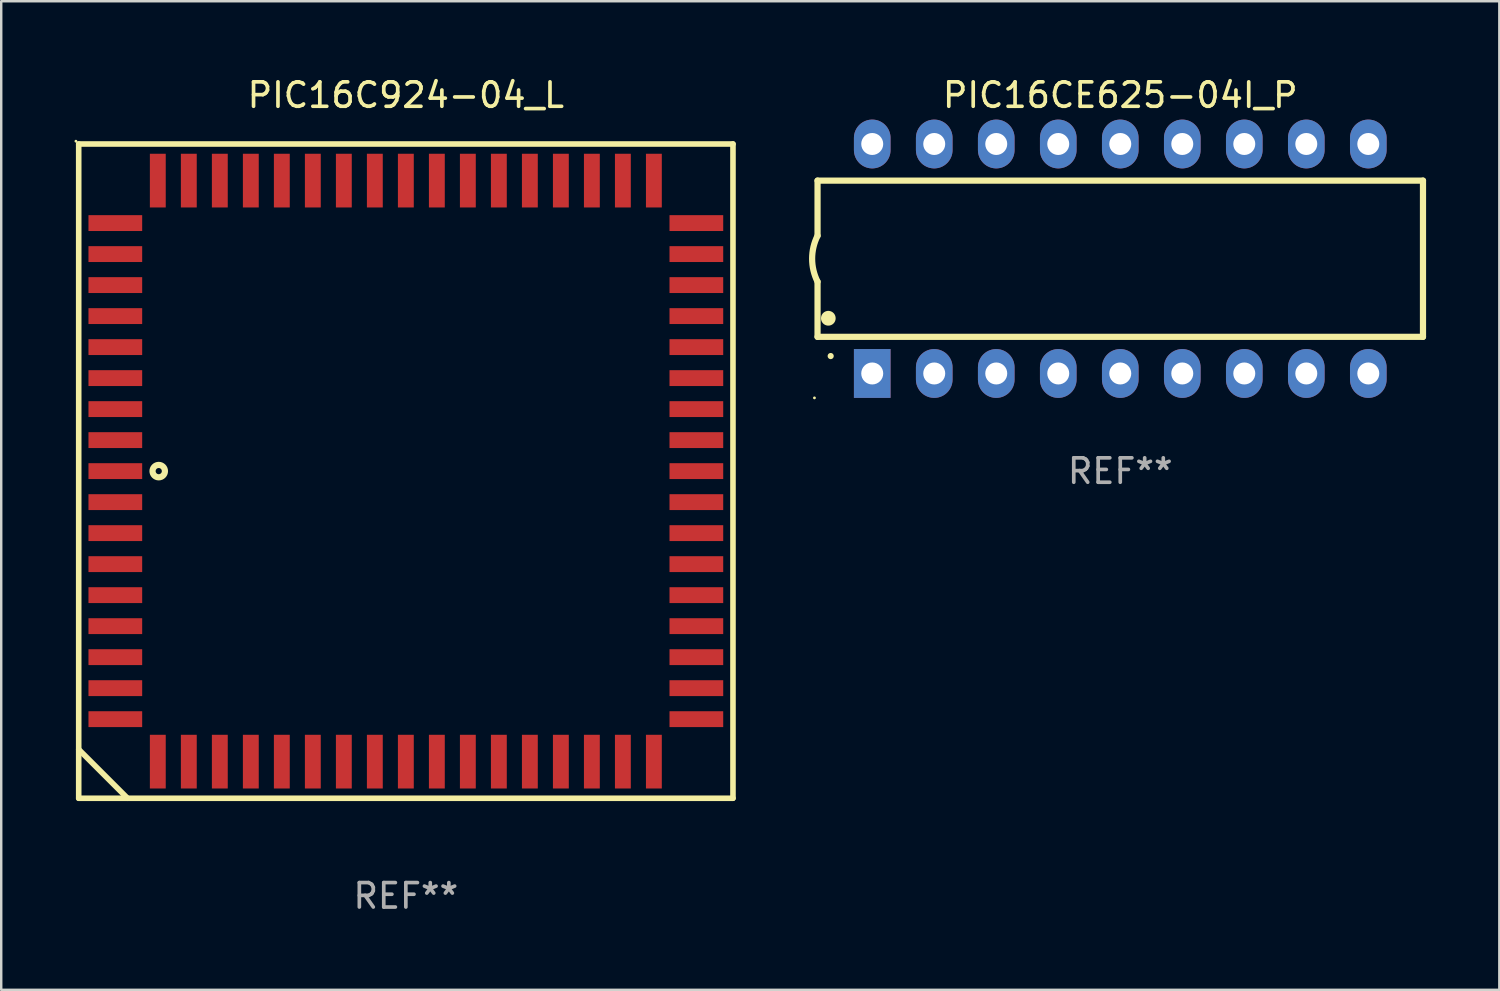
<source format=kicad_pcb>
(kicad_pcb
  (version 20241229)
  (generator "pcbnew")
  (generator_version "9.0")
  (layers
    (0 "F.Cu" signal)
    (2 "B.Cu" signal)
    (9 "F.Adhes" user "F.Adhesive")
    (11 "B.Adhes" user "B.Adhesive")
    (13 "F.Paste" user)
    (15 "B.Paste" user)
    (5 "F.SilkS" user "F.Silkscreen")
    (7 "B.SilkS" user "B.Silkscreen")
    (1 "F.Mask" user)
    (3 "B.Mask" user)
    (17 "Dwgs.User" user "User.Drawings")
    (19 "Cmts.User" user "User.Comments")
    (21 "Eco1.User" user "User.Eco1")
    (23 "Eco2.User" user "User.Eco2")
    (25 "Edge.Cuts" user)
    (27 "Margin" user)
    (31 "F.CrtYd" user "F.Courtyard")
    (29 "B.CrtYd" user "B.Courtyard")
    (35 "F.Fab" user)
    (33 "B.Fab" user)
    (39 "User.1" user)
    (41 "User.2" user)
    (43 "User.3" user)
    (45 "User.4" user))
  (footprint "PIC16CE625-04I_P"
    (layer "F.Cu")
    (at 42.838 7.548)
    (property "Reference" "PIC16CE625-04I_P" (at 0 -6.7 0) (layer "F.SilkS") (effects (font (size 1 1) (thickness 0.15))))
    (attr through_hole)
    (fp_line (start -12.4 -3.2) (end -12.4 -0.94) (stroke (width 0.254) (type solid)) (layer "F.SilkS"))
    (fp_line (start -12.4 -3.2) (end 12.4 -3.2) (stroke (width 0.254) (type solid)) (layer "F.SilkS"))
    (fp_line (start -12.4 3.2) (end -12.4 0.94) (stroke (width 0.254) (type solid)) (layer "F.SilkS"))
    (fp_line (start -12.4 3.2) (end 12.4 3.2) (stroke (width 0.254) (type solid)) (layer "F.SilkS"))
    (fp_line (start 12.4 -3.2) (end 12.4 3.2) (stroke (width 0.254) (type solid)) (layer "F.SilkS"))
    (fp_arc (start -12.400305 0.938531) (mid -12.621952 -0.000821) (end -12.400025 -0.940107) (stroke (width 0.254001) (type solid)) (layer "F.SilkS"))
    (fp_arc (start -11.958623 2.440843) (mid -11.958634 2.438303) (end -11.958623 2.435763) (stroke (width 0.6) (type solid)) (layer "F.SilkS"))
    (fp_arc (start -11.861824 3.987706) (mid -11.861831 3.986436) (end -11.861824 3.985166) (stroke (width 0.25) (type solid)) (layer "F.SilkS"))
    (fp_circle (center -12.527 5.7) (end -12.497 5.7) (stroke (width 0.06) (type solid)) (fill no) (layer "F.SilkS"))
    (fp_text user "REF**" (at 0 8.7 0) (layer "F.Fab") (effects (font (size 1 1) (thickness 0.15))))
    (pad "1" thru_hole rect (at -10.16 4.7 90) (size 2 1.5) (drill 0.9) (layers "*.Cu" "*.Mask"))
    (pad "2" thru_hole oval (at -7.62 4.7 90) (size 2 1.5) (drill 0.9) (layers "*.Cu" "*.Mask"))
    (pad "3" thru_hole oval (at -5.08 4.7 90) (size 2 1.5) (drill 0.9) (layers "*.Cu" "*.Mask"))
    (pad "4" thru_hole oval (at -2.54 4.7 90) (size 2 1.5) (drill 0.9) (layers "*.Cu" "*.Mask"))
    (pad "5" thru_hole oval (at 0 4.7 90) (size 2 1.5) (drill 0.9) (layers "*.Cu" "*.Mask"))
    (pad "6" thru_hole oval (at 2.54 4.7 90) (size 2 1.5) (drill 0.9) (layers "*.Cu" "*.Mask"))
    (pad "7" thru_hole oval (at 5.08 4.7 90) (size 2 1.5) (drill 0.9) (layers "*.Cu" "*.Mask"))
    (pad "8" thru_hole oval (at 7.62 4.7 90) (size 2 1.5) (drill 0.9) (layers "*.Cu" "*.Mask"))
    (pad "9" thru_hole oval (at 10.16 4.7 90) (size 2 1.5) (drill 0.9) (layers "*.Cu" "*.Mask"))
    (pad "10" thru_hole oval (at 10.16 -4.7 90) (size 2 1.5) (drill 0.9) (layers "*.Cu" "*.Mask"))
    (pad "11" thru_hole oval (at 7.62 -4.7 90) (size 2 1.5) (drill 0.9) (layers "*.Cu" "*.Mask"))
    (pad "12" thru_hole oval (at 5.08 -4.7 90) (size 2 1.5) (drill 0.9) (layers "*.Cu" "*.Mask"))
    (pad "13" thru_hole oval (at 2.54 -4.7 90) (size 2 1.5) (drill 0.9) (layers "*.Cu" "*.Mask"))
    (pad "14" thru_hole oval (at 0 -4.7 90) (size 2 1.5) (drill 0.9) (layers "*.Cu" "*.Mask"))
    (pad "15" thru_hole oval (at -2.54 -4.7 90) (size 2 1.5) (drill 0.9) (layers "*.Cu" "*.Mask"))
    (pad "16" thru_hole oval (at -5.08 -4.7 90) (size 2 1.5) (drill 0.9) (layers "*.Cu" "*.Mask"))
    (pad "17" thru_hole oval (at -7.62 -4.7 90) (size 2 1.5) (drill 0.9) (layers "*.Cu" "*.Mask"))
    (pad "18" thru_hole oval (at -10.16 -4.7 90) (size 2 1.5) (drill 0.9) (layers "*.Cu" "*.Mask")))
  (footprint "PIC16C924-04_L"
    (layer "F.Cu")
    (at 13.574 16.248)
    (property "Reference" "PIC16C924-04_L" (at 0 -15.4 0) (layer "F.SilkS") (effects (font (size 1 1) (thickness 0.15))))
    (attr through_hole)
    (fp_line (start -13.4 -13.4) (end -13.4 13.4) (stroke (width 0.229) (type solid)) (layer "F.SilkS"))
    (fp_line (start -13.4 11.4) (end -11.4 13.4) (stroke (width 0.229) (type solid)) (layer "F.SilkS"))
    (fp_line (start -13.4 13.4) (end 13.4 13.4) (stroke (width 0.229) (type solid)) (layer "F.SilkS"))
    (fp_line (start 13.4 -13.4) (end -13.4 -13.4) (stroke (width 0.229) (type solid)) (layer "F.SilkS"))
    (fp_line (start 13.4 13.4) (end 13.4 -13.4) (stroke (width 0.229) (type solid)) (layer "F.SilkS"))
    (fp_circle (center -13.514 -13.514) (end -13.484 -13.514) (stroke (width 0.06) (type solid)) (fill no) (layer "F.SilkS"))
    (fp_circle (center -10.122 -0.000076) (end -9.868 -0.000076) (stroke (width 0.254) (type solid)) (fill no) (layer "F.SilkS"))
    (fp_text user "REF**" (at 0 17.4 0) (layer "F.Fab") (effects (font (size 1 1) (thickness 0.15))))
    (pad "1" smd rect (at -11.9 -0.000076 270) (size 0.65 2.2) (layers "F.Cu" "F.Mask" "F.Paste"))
    (pad "2" smd rect (at -11.9 1.27 270) (size 0.65 2.2) (layers "F.Cu" "F.Mask" "F.Paste"))
    (pad "3" smd rect (at -11.9 2.54 270) (size 0.65 2.2) (layers "F.Cu" "F.Mask" "F.Paste"))
    (pad "4" smd rect (at -11.9 3.81 270) (size 0.65 2.2) (layers "F.Cu" "F.Mask" "F.Paste"))
    (pad "5" smd rect (at -11.9 5.08 270) (size 0.65 2.2) (layers "F.Cu" "F.Mask" "F.Paste"))
    (pad "6" smd rect (at -11.9 6.35 270) (size 0.65 2.2) (layers "F.Cu" "F.Mask" "F.Paste"))
    (pad "7" smd rect (at -11.9 7.62 270) (size 0.65 2.2) (layers "F.Cu" "F.Mask" "F.Paste"))
    (pad "8" smd rect (at -11.9 8.89 270) (size 0.65 2.2) (layers "F.Cu" "F.Mask" "F.Paste"))
    (pad "9" smd rect (at -11.9 10.16 270) (size 0.65 2.2) (layers "F.Cu" "F.Mask" "F.Paste"))
    (pad "10" smd rect (at -10.16 11.9 270) (size 2.2 0.65) (layers "F.Cu" "F.Mask" "F.Paste"))
    (pad "11" smd rect (at -8.89 11.9 270) (size 2.2 0.65) (layers "F.Cu" "F.Mask" "F.Paste"))
    (pad "12" smd rect (at -7.62 11.9 270) (size 2.2 0.65) (layers "F.Cu" "F.Mask" "F.Paste"))
    (pad "13" smd rect (at -6.35 11.9 270) (size 2.2 0.65) (layers "F.Cu" "F.Mask" "F.Paste"))
    (pad "14" smd rect (at -5.08 11.9 270) (size 2.2 0.65) (layers "F.Cu" "F.Mask" "F.Paste"))
    (pad "15" smd rect (at -3.81 11.9 270) (size 2.2 0.65) (layers "F.Cu" "F.Mask" "F.Paste"))
    (pad "16" smd rect (at -2.54 11.9 270) (size 2.2 0.65) (layers "F.Cu" "F.Mask" "F.Paste"))
    (pad "17" smd rect (at -1.27 11.9 270) (size 2.2 0.65) (layers "F.Cu" "F.Mask" "F.Paste"))
    (pad "18" smd rect (at 0 11.9 270) (size 2.2 0.65) (layers "F.Cu" "F.Mask" "F.Paste"))
    (pad "19" smd rect (at 1.27 11.9 270) (size 2.2 0.65) (layers "F.Cu" "F.Mask" "F.Paste"))
    (pad "20" smd rect (at 2.54 11.9 270) (size 2.2 0.65) (layers "F.Cu" "F.Mask" "F.Paste"))
    (pad "21" smd rect (at 3.81 11.9 270) (size 2.2 0.65) (layers "F.Cu" "F.Mask" "F.Paste"))
    (pad "22" smd rect (at 5.08 11.9 270) (size 2.2 0.65) (layers "F.Cu" "F.Mask" "F.Paste"))
    (pad "23" smd rect (at 6.35 11.9 270) (size 2.2 0.65) (layers "F.Cu" "F.Mask" "F.Paste"))
    (pad "24" smd rect (at 7.62 11.9 270) (size 2.2 0.65) (layers "F.Cu" "F.Mask" "F.Paste"))
    (pad "25" smd rect (at 8.89 11.9 270) (size 2.2 0.65) (layers "F.Cu" "F.Mask" "F.Paste"))
    (pad "26" smd rect (at 10.16 11.9 270) (size 2.2 0.65) (layers "F.Cu" "F.Mask" "F.Paste"))
    (pad "27" smd rect (at 11.9 10.16 270) (size 0.65 2.2) (layers "F.Cu" "F.Mask" "F.Paste"))
    (pad "28" smd rect (at 11.9 8.89 270) (size 0.65 2.2) (layers "F.Cu" "F.Mask" "F.Paste"))
    (pad "29" smd rect (at 11.9 7.62 270) (size 0.65 2.2) (layers "F.Cu" "F.Mask" "F.Paste"))
    (pad "30" smd rect (at 11.9 6.35 270) (size 0.65 2.2) (layers "F.Cu" "F.Mask" "F.Paste"))
    (pad "31" smd rect (at 11.9 5.08 270) (size 0.65 2.2) (layers "F.Cu" "F.Mask" "F.Paste"))
    (pad "32" smd rect (at 11.9 3.81 270) (size 0.65 2.2) (layers "F.Cu" "F.Mask" "F.Paste"))
    (pad "33" smd rect (at 11.9 2.54 270) (size 0.65 2.2) (layers "F.Cu" "F.Mask" "F.Paste"))
    (pad "34" smd rect (at 11.9 1.27 270) (size 0.65 2.2) (layers "F.Cu" "F.Mask" "F.Paste"))
    (pad "35" smd rect (at 11.9 -0.000076 270) (size 0.65 2.2) (layers "F.Cu" "F.Mask" "F.Paste"))
    (pad "36" smd rect (at 11.9 -1.27 270) (size 0.65 2.2) (layers "F.Cu" "F.Mask" "F.Paste"))
    (pad "37" smd rect (at 11.9 -2.54 270) (size 0.65 2.2) (layers "F.Cu" "F.Mask" "F.Paste"))
    (pad "38" smd rect (at 11.9 -3.81 270) (size 0.65 2.2) (layers "F.Cu" "F.Mask" "F.Paste"))
    (pad "39" smd rect (at 11.9 -5.08 270) (size 0.65 2.2) (layers "F.Cu" "F.Mask" "F.Paste"))
    (pad "40" smd rect (at 11.9 -6.35 270) (size 0.65 2.2) (layers "F.Cu" "F.Mask" "F.Paste"))
    (pad "41" smd rect (at 11.9 -7.62 270) (size 0.65 2.2) (layers "F.Cu" "F.Mask" "F.Paste"))
    (pad "42" smd rect (at 11.9 -8.89 270) (size 0.65 2.2) (layers "F.Cu" "F.Mask" "F.Paste"))
    (pad "43" smd rect (at 11.9 -10.16 270) (size 0.65 2.2) (layers "F.Cu" "F.Mask" "F.Paste"))
    (pad "44" smd rect (at 10.16 -11.9 270) (size 2.2 0.65) (layers "F.Cu" "F.Mask" "F.Paste"))
    (pad "45" smd rect (at 8.89 -11.9 270) (size 2.2 0.65) (layers "F.Cu" "F.Mask" "F.Paste"))
    (pad "46" smd rect (at 7.62 -11.9 270) (size 2.2 0.65) (layers "F.Cu" "F.Mask" "F.Paste"))
    (pad "47" smd rect (at 6.35 -11.9 270) (size 2.2 0.65) (layers "F.Cu" "F.Mask" "F.Paste"))
    (pad "48" smd rect (at 5.08 -11.9 270) (size 2.2 0.65) (layers "F.Cu" "F.Mask" "F.Paste"))
    (pad "49" smd rect (at 3.81 -11.9 270) (size 2.2 0.65) (layers "F.Cu" "F.Mask" "F.Paste"))
    (pad "50" smd rect (at 2.54 -11.9 270) (size 2.2 0.65) (layers "F.Cu" "F.Mask" "F.Paste"))
    (pad "51" smd rect (at 1.27 -11.9 270) (size 2.2 0.65) (layers "F.Cu" "F.Mask" "F.Paste"))
    (pad "52" smd rect (at 0 -11.9 270) (size 2.2 0.65) (layers "F.Cu" "F.Mask" "F.Paste"))
    (pad "53" smd rect (at -1.27 -11.9 270) (size 2.2 0.65) (layers "F.Cu" "F.Mask" "F.Paste"))
    (pad "54" smd rect (at -2.54 -11.9 270) (size 2.2 0.65) (layers "F.Cu" "F.Mask" "F.Paste"))
    (pad "55" smd rect (at -3.81 -11.9 270) (size 2.2 0.65) (layers "F.Cu" "F.Mask" "F.Paste"))
    (pad "56" smd rect (at -5.08 -11.9 270) (size 2.2 0.65) (layers "F.Cu" "F.Mask" "F.Paste"))
    (pad "57" smd rect (at -6.35 -11.9 270) (size 2.2 0.65) (layers "F.Cu" "F.Mask" "F.Paste"))
    (pad "58" smd rect (at -7.62 -11.9 270) (size 2.2 0.65) (layers "F.Cu" "F.Mask" "F.Paste"))
    (pad "59" smd rect (at -8.89 -11.9 270) (size 2.2 0.65) (layers "F.Cu" "F.Mask" "F.Paste"))
    (pad "60" smd rect (at -10.16 -11.9 270) (size 2.2 0.65) (layers "F.Cu" "F.Mask" "F.Paste"))
    (pad "61" smd rect (at -11.9 -10.16 270) (size 0.65 2.2) (layers "F.Cu" "F.Mask" "F.Paste"))
    (pad "62" smd rect (at -11.9 -8.89 270) (size 0.65 2.2) (layers "F.Cu" "F.Mask" "F.Paste"))
    (pad "63" smd rect (at -11.9 -7.62 270) (size 0.65 2.2) (layers "F.Cu" "F.Mask" "F.Paste"))
    (pad "64" smd rect (at -11.9 -6.35 270) (size 0.65 2.2) (layers "F.Cu" "F.Mask" "F.Paste"))
    (pad "65" smd rect (at -11.9 -5.08 270) (size 0.65 2.2) (layers "F.Cu" "F.Mask" "F.Paste"))
    (pad "66" smd rect (at -11.9 -3.81 270) (size 0.65 2.2) (layers "F.Cu" "F.Mask" "F.Paste"))
    (pad "67" smd rect (at -11.9 -2.54 270) (size 0.65 2.2) (layers "F.Cu" "F.Mask" "F.Paste"))
    (pad "68" smd rect (at -11.9 -1.27 270) (size 0.65 2.2) (layers "F.Cu" "F.Mask" "F.Paste")))
  (gr_rect
    (start -3 -3)
    (end 58.365 37.496)
    (stroke (width 0.1) (type default))
    (fill no)
    (layer "Edge.Cuts")))
</source>
